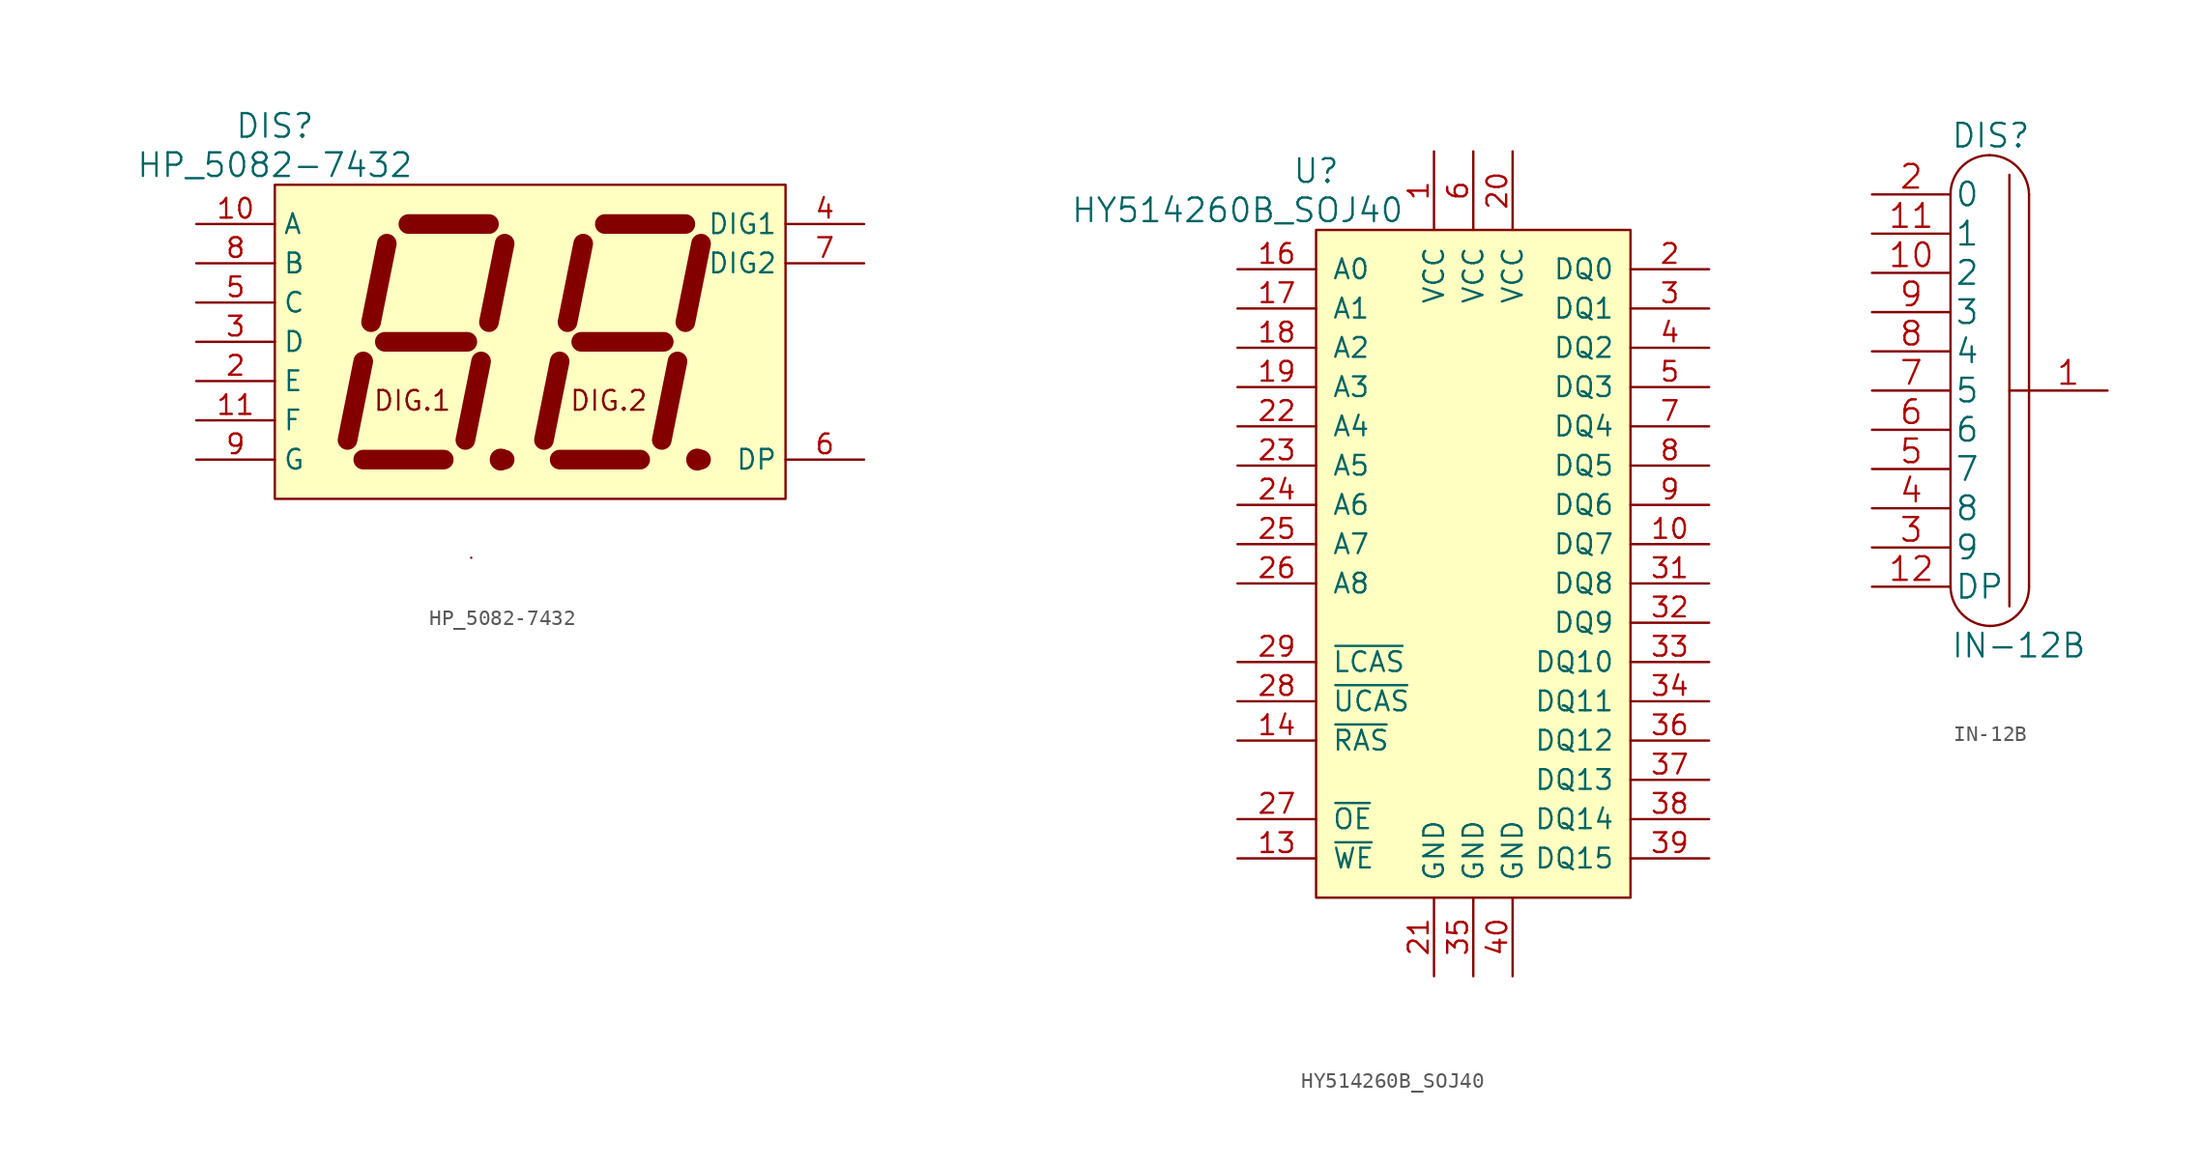
<source format=kicad_sym>
(kicad_symbol_lib
  (version 20211014)
  (generator kicad_symbol_editor)
  (symbol "HP_5082-7432"
    (property "Reference" "DIS"
      (at -16.51 13.97 0)
      (effects (font (size 1.524 1.524))))
    (property "Value" "HP_5082-7432"
      (at -16.51 11.43 0)
      (effects (font (size 1.524 1.524))))
    (property "Footprint" ""
      (at -6.096 0.635 0)
      (effects (font (size 1.524 1.524))))
    (property "Datasheet" ""
      (at -6.096 0.635 0)
      (effects (font (size 1.524 1.524))))
    (symbol "HP_5082-7432_0_0"
      (circle (center -1.905 -7.62) (radius 0.635) (stroke (width 0) (type default) (color 0 0 0 0)) (fill (type outline)))
      (polyline (pts (xy -3.81 -13.97) (xy -3.81 -13.97)) (stroke (width 0) (type default) (color 0 0 0 0)) (fill (type none)))
      (circle (center 10.795 -7.62) (radius 0.635) (stroke (width 0) (type default) (color 0 0 0 0)) (fill (type outline)))
      (text "DIG.1" (at -7.62 -3.81 0) (effects (font (size 1.27 1.27))))
      (text "DIG.2" (at 5.08 -3.81 0) (effects (font (size 1.27 1.27)))))
    (symbol "HP_5082-7432_0_1"
      (rectangle (start -16.51 10.16) (end 16.51 -10.16) (stroke (width 0) (type default) (color 0 0 0 0)) (fill (type background)))
      (polyline (pts (xy -11.811 -6.35) (xy -10.795 -1.27)) (stroke (width 1.27) (type default) (color 0 0 0 0)) (fill (type none)))
      (polyline (pts (xy -10.287 1.27) (xy -9.271 6.35)) (stroke (width 1.27) (type default) (color 0 0 0 0)) (fill (type none)))
      (polyline (pts (xy -9.398 0) (xy -4.064 0)) (stroke (width 1.27) (type default) (color 0 0 0 0)) (fill (type none)))
      (polyline (pts (xy -7.874 7.62) (xy -2.667 7.62)) (stroke (width 1.27) (type default) (color 0 0 0 0)) (fill (type none)))
      (polyline (pts (xy -5.588 -7.62) (xy -10.795 -7.62)) (stroke (width 1.27) (type default) (color 0 0 0 0)) (fill (type none)))
      (polyline (pts (xy -4.191 -6.35) (xy -3.175 -1.27)) (stroke (width 1.27) (type default) (color 0 0 0 0)) (fill (type none)))
      (polyline (pts (xy -2.667 1.27) (xy -1.651 6.35)) (stroke (width 1.27) (type default) (color 0 0 0 0)) (fill (type none)))
      (polyline (pts (xy -1.651 -7.62) (xy -1.651 -7.62)) (stroke (width 1.27) (type default) (color 0 0 0 0)) (fill (type none)))
      (polyline (pts (xy 0.889 -6.35) (xy 1.905 -1.27)) (stroke (width 1.27) (type default) (color 0 0 0 0)) (fill (type none)))
      (polyline (pts (xy 2.413 1.27) (xy 3.429 6.35)) (stroke (width 1.27) (type default) (color 0 0 0 0)) (fill (type none)))
      (polyline (pts (xy 3.302 0) (xy 8.636 0)) (stroke (width 1.27) (type default) (color 0 0 0 0)) (fill (type none)))
      (polyline (pts (xy 4.826 7.62) (xy 10.033 7.62)) (stroke (width 1.27) (type default) (color 0 0 0 0)) (fill (type none)))
      (polyline (pts (xy 7.112 -7.62) (xy 1.905 -7.62)) (stroke (width 1.27) (type default) (color 0 0 0 0)) (fill (type none)))
      (polyline (pts (xy 8.509 -6.35) (xy 9.525 -1.27)) (stroke (width 1.27) (type default) (color 0 0 0 0)) (fill (type none)))
      (polyline (pts (xy 10.033 1.27) (xy 11.049 6.35)) (stroke (width 1.27) (type default) (color 0 0 0 0)) (fill (type none)))
      (polyline (pts (xy 11.049 -7.62) (xy 11.049 -7.62)) (stroke (width 1.27) (type default) (color 0 0 0 0)) (fill (type none))))
    (symbol "HP_5082-7432_1_1"
      (pin input line (at -21.59 7.62 0) (length 5.08) (name "A" (effects (font (size 1.27 1.27)))) (number "10" (effects (font (size 1.27 1.27)))))
      (pin input line (at -21.59 -5.08 0) (length 5.08) (name "F" (effects (font (size 1.27 1.27)))) (number "11" (effects (font (size 1.27 1.27)))))
      (pin input line (at -21.59 -2.54 0) (length 5.08) (name "E" (effects (font (size 1.27 1.27)))) (number "2" (effects (font (size 1.27 1.27)))))
      (pin input line (at -21.59 0 0) (length 5.08) (name "D" (effects (font (size 1.27 1.27)))) (number "3" (effects (font (size 1.27 1.27)))))
      (pin input line (at 21.59 7.62 180) (length 5.08) (name "DIG1" (effects (font (size 1.27 1.27)))) (number "4" (effects (font (size 1.27 1.27)))))
      (pin input line (at -21.59 2.54 0) (length 5.08) (name "C" (effects (font (size 1.27 1.27)))) (number "5" (effects (font (size 1.27 1.27)))))
      (pin input line (at 21.59 -7.62 180) (length 5.08) (name "DP" (effects (font (size 1.27 1.27)))) (number "6" (effects (font (size 1.27 1.27)))))
      (pin input line (at 21.59 5.08 180) (length 5.08) (name "DIG2" (effects (font (size 1.27 1.27)))) (number "7" (effects (font (size 1.27 1.27)))))
      (pin input line (at -21.59 5.08 0) (length 5.08) (name "B" (effects (font (size 1.27 1.27)))) (number "8" (effects (font (size 1.27 1.27)))))
      (pin input line (at -21.59 -7.62 0) (length 5.08) (name "G" (effects (font (size 1.27 1.27)))) (number "9" (effects (font (size 1.27 1.27)))))))
  (symbol "HY514260B_SOJ40"
    (pin_names
      (offset 1.016))
    (property "Reference" "U"
      (at -10.16 21.59 0)
      (effects (font (size 1.524 1.524))))
    (property "Value" "HY514260B_SOJ40"
      (at -15.24 19.05 0)
      (effects (font (size 1.524 1.524))))
    (property "Footprint" ""
      (at 0 0 0)
      (effects (font (size 1.524 1.524))))
    (property "Datasheet" ""
      (at 0 0 0)
      (effects (font (size 1.524 1.524))))
    (symbol "HY514260B_SOJ40_0_1"
      (rectangle (start -10.16 17.78) (end 10.16 -25.4) (stroke (width 0) (type default) (color 0 0 0 0)) (fill (type background))))
    (symbol "HY514260B_SOJ40_1_1"
      (pin power_in line (at -2.54 22.86 270) (length 5.08) (name "VCC" (effects (font (size 1.27 1.27)))) (number "1" (effects (font (size 1.27 1.27)))))
      (pin tri_state line (at 15.24 -2.54 180) (length 5.08) (name "DQ7" (effects (font (size 1.27 1.27)))) (number "10" (effects (font (size 1.27 1.27)))))
      (pin input line (at -15.24 -22.86 0) (length 5.08) (name "~{WE}" (effects (font (size 1.27 1.27)))) (number "13" (effects (font (size 1.27 1.27)))))
      (pin input line (at -15.24 -15.24 0) (length 5.08) (name "~{RAS}" (effects (font (size 1.27 1.27)))) (number "14" (effects (font (size 1.27 1.27)))))
      (pin input line (at -15.24 15.24 0) (length 5.08) (name "A0" (effects (font (size 1.27 1.27)))) (number "16" (effects (font (size 1.27 1.27)))))
      (pin input line (at -15.24 12.7 0) (length 5.08) (name "A1" (effects (font (size 1.27 1.27)))) (number "17" (effects (font (size 1.27 1.27)))))
      (pin input line (at -15.24 10.16 0) (length 5.08) (name "A2" (effects (font (size 1.27 1.27)))) (number "18" (effects (font (size 1.27 1.27)))))
      (pin input line (at -15.24 7.62 0) (length 5.08) (name "A3" (effects (font (size 1.27 1.27)))) (number "19" (effects (font (size 1.27 1.27)))))
      (pin tri_state line (at 15.24 15.24 180) (length 5.08) (name "DQ0" (effects (font (size 1.27 1.27)))) (number "2" (effects (font (size 1.27 1.27)))))
      (pin power_in line (at 2.54 22.86 270) (length 5.08) (name "VCC" (effects (font (size 1.27 1.27)))) (number "20" (effects (font (size 1.27 1.27)))))
      (pin power_in line (at -2.54 -30.48 90) (length 5.08) (name "GND" (effects (font (size 1.27 1.27)))) (number "21" (effects (font (size 1.27 1.27)))))
      (pin input line (at -15.24 5.08 0) (length 5.08) (name "A4" (effects (font (size 1.27 1.27)))) (number "22" (effects (font (size 1.27 1.27)))))
      (pin input line (at -15.24 2.54 0) (length 5.08) (name "A5" (effects (font (size 1.27 1.27)))) (number "23" (effects (font (size 1.27 1.27)))))
      (pin input line (at -15.24 0 0) (length 5.08) (name "A6" (effects (font (size 1.27 1.27)))) (number "24" (effects (font (size 1.27 1.27)))))
      (pin input line (at -15.24 -2.54 0) (length 5.08) (name "A7" (effects (font (size 1.27 1.27)))) (number "25" (effects (font (size 1.27 1.27)))))
      (pin input line (at -15.24 -5.08 0) (length 5.08) (name "A8" (effects (font (size 1.27 1.27)))) (number "26" (effects (font (size 1.27 1.27)))))
      (pin input line (at -15.24 -20.32 0) (length 5.08) (name "~{OE}" (effects (font (size 1.27 1.27)))) (number "27" (effects (font (size 1.27 1.27)))))
      (pin input line (at -15.24 -12.7 0) (length 5.08) (name "~{UCAS}" (effects (font (size 1.27 1.27)))) (number "28" (effects (font (size 1.27 1.27)))))
      (pin input line (at -15.24 -10.16 0) (length 5.08) (name "~{LCAS}" (effects (font (size 1.27 1.27)))) (number "29" (effects (font (size 1.27 1.27)))))
      (pin tri_state line (at 15.24 12.7 180) (length 5.08) (name "DQ1" (effects (font (size 1.27 1.27)))) (number "3" (effects (font (size 1.27 1.27)))))
      (pin tri_state line (at 15.24 -5.08 180) (length 5.08) (name "DQ8" (effects (font (size 1.27 1.27)))) (number "31" (effects (font (size 1.27 1.27)))))
      (pin tri_state line (at 15.24 -7.62 180) (length 5.08) (name "DQ9" (effects (font (size 1.27 1.27)))) (number "32" (effects (font (size 1.27 1.27)))))
      (pin tri_state line (at 15.24 -10.16 180) (length 5.08) (name "DQ10" (effects (font (size 1.27 1.27)))) (number "33" (effects (font (size 1.27 1.27)))))
      (pin tri_state line (at 15.24 -12.7 180) (length 5.08) (name "DQ11" (effects (font (size 1.27 1.27)))) (number "34" (effects (font (size 1.27 1.27)))))
      (pin power_in line (at 0 -30.48 90) (length 5.08) (name "GND" (effects (font (size 1.27 1.27)))) (number "35" (effects (font (size 1.27 1.27)))))
      (pin tri_state line (at 15.24 -15.24 180) (length 5.08) (name "DQ12" (effects (font (size 1.27 1.27)))) (number "36" (effects (font (size 1.27 1.27)))))
      (pin tri_state line (at 15.24 -17.78 180) (length 5.08) (name "DQ13" (effects (font (size 1.27 1.27)))) (number "37" (effects (font (size 1.27 1.27)))))
      (pin tri_state line (at 15.24 -20.32 180) (length 5.08) (name "DQ14" (effects (font (size 1.27 1.27)))) (number "38" (effects (font (size 1.27 1.27)))))
      (pin tri_state line (at 15.24 -22.86 180) (length 5.08) (name "DQ15" (effects (font (size 1.27 1.27)))) (number "39" (effects (font (size 1.27 1.27)))))
      (pin tri_state line (at 15.24 10.16 180) (length 5.08) (name "DQ2" (effects (font (size 1.27 1.27)))) (number "4" (effects (font (size 1.27 1.27)))))
      (pin power_in line (at 2.54 -30.48 90) (length 5.08) (name "GND" (effects (font (size 1.27 1.27)))) (number "40" (effects (font (size 1.27 1.27)))))
      (pin tri_state line (at 15.24 7.62 180) (length 5.08) (name "DQ3" (effects (font (size 1.27 1.27)))) (number "5" (effects (font (size 1.27 1.27)))))
      (pin power_in line (at 0 22.86 270) (length 5.08) (name "VCC" (effects (font (size 1.27 1.27)))) (number "6" (effects (font (size 1.27 1.27)))))
      (pin tri_state line (at 15.24 5.08 180) (length 5.08) (name "DQ4" (effects (font (size 1.27 1.27)))) (number "7" (effects (font (size 1.27 1.27)))))
      (pin tri_state line (at 15.24 2.54 180) (length 5.08) (name "DQ5" (effects (font (size 1.27 1.27)))) (number "8" (effects (font (size 1.27 1.27)))))
      (pin tri_state line (at 15.24 0 180) (length 5.08) (name "DQ6" (effects (font (size 1.27 1.27)))) (number "9" (effects (font (size 1.27 1.27)))))))
  (symbol "IN-12B"
    (pin_names
      (offset 0.254))
    (property "Reference" "DIS"
      (at -2.54 16.51 0)
      (effects (font (size 1.524 1.524)) (justify left)))
    (property "Value" "IN-12B"
      (at -2.54 -16.51 0)
      (effects (font (size 1.524 1.524)) (justify left)))
    (property "Footprint" ""
      (at 0 3.81 0)
      (effects (font (size 1.524 1.524))))
    (property "Datasheet" ""
      (at 0 3.81 0)
      (effects (font (size 1.524 1.524))))
    (symbol "IN-12B_0_1"
      (arc (start -2.54 -12.7) (mid -1.7834 -14.4834) (end 0 -15.24) (stroke (width 0) (type default) (color 0 0 0 0)) (fill (type none)))
      (arc (start 0 -15.24) (mid 1.8013 -14.5013) (end 2.54 -12.7) (stroke (width 0) (type default) (color 0 0 0 0)) (fill (type none)))
      (polyline (pts (xy -2.54 12.7) (xy -2.54 -12.7)) (stroke (width 0) (type default) (color 0 0 0 0)) (fill (type none)))
      (polyline (pts (xy 1.27 0) (xy 1.27 -13.97)) (stroke (width 0) (type default) (color 0 0 0 0)) (fill (type none)))
      (polyline (pts (xy 2.54 12.7) (xy 2.54 -12.7)) (stroke (width 0) (type default) (color 0 0 0 0)) (fill (type none)))
      (polyline (pts (xy 2.54 0) (xy 1.27 0) (xy 1.27 13.97)) (stroke (width 0) (type default) (color 0 0 0 0)) (fill (type none)))
      (arc (start 0 15.24) (mid -1.8013 14.5013) (end -2.54 12.7) (stroke (width 0) (type default) (color 0 0 0 0)) (fill (type none)))
      (arc (start 2.54 12.7) (mid 1.7834 14.4834) (end 0 15.24) (stroke (width 0) (type default) (color 0 0 0 0)) (fill (type none))))
    (symbol "IN-12B_1_1"
      (pin input line (at 7.62 0 180) (length 5.08) (name "~" (effects (font (size 1.524 1.524)))) (number "1" (effects (font (size 1.524 1.524)))))
      (pin input line (at -7.62 7.62 0) (length 5.08) (name "2" (effects (font (size 1.524 1.524)))) (number "10" (effects (font (size 1.524 1.524)))))
      (pin input line (at -7.62 10.16 0) (length 5.08) (name "1" (effects (font (size 1.524 1.524)))) (number "11" (effects (font (size 1.524 1.524)))))
      (pin input line (at -7.62 -12.7 0) (length 5.08) (name "DP" (effects (font (size 1.524 1.524)))) (number "12" (effects (font (size 1.524 1.524)))))
      (pin input line (at -7.62 12.7 0) (length 5.08) (name "0" (effects (font (size 1.524 1.524)))) (number "2" (effects (font (size 1.524 1.524)))))
      (pin input line (at -7.62 -10.16 0) (length 5.08) (name "9" (effects (font (size 1.524 1.524)))) (number "3" (effects (font (size 1.524 1.524)))))
      (pin input line (at -7.62 -7.62 0) (length 5.08) (name "8" (effects (font (size 1.524 1.524)))) (number "4" (effects (font (size 1.524 1.524)))))
      (pin input line (at -7.62 -5.08 0) (length 5.08) (name "7" (effects (font (size 1.524 1.524)))) (number "5" (effects (font (size 1.524 1.524)))))
      (pin input line (at -7.62 -2.54 0) (length 5.08) (name "6" (effects (font (size 1.524 1.524)))) (number "6" (effects (font (size 1.524 1.524)))))
      (pin input line (at -7.62 0 0) (length 5.08) (name "5" (effects (font (size 1.524 1.524)))) (number "7" (effects (font (size 1.524 1.524)))))
      (pin input line (at -7.62 2.54 0) (length 5.08) (name "4" (effects (font (size 1.524 1.524)))) (number "8" (effects (font (size 1.524 1.524)))))
      (pin input line (at -7.62 5.08 0) (length 5.08) (name "3" (effects (font (size 1.524 1.524)))) (number "9" (effects (font (size 1.524 1.524))))))))
</source>
